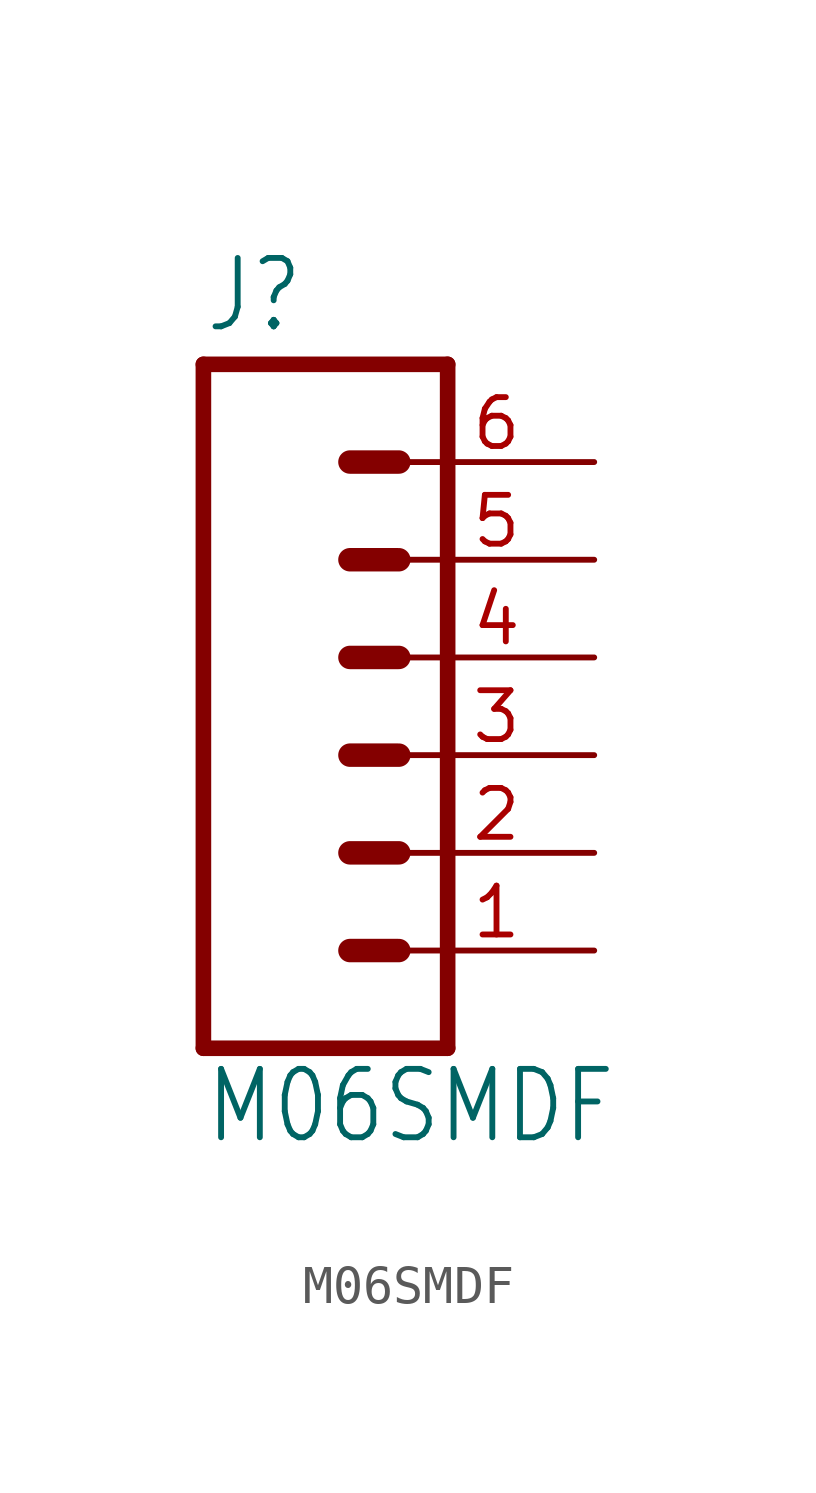
<source format=kicad_sym>
(kicad_symbol_lib
  (version 20220914)
  (generator kicad_symbol_editor)
  (symbol "M06SMDF"
    (property "Reference" "J"
      (at -5.08 10.922 0)
      (effects (font (size 1.778 1.511)) (justify left bottom)))
    (property "Value" "M06SMDF"
      (at -5.08 -10.16 0)
      (effects (font (size 1.778 1.511)) (justify left bottom)))
    (property "ki_locked" ""
      (at 0 0 0)
      (effects (font (size 1.27 1.27))))
    (symbol "M06SMDF_1_0"
      (polyline (pts (xy -5.08 10.16) (xy -5.08 -7.62)) (stroke (width 0.406) (type default)) (fill (type none)))
      (polyline (pts (xy -5.08 10.16) (xy 1.27 10.16)) (stroke (width 0.406) (type default)) (fill (type none)))
      (polyline (pts (xy -1.27 -5.08) (xy 0 -5.08)) (stroke (width 0.61) (type default)) (fill (type none)))
      (polyline (pts (xy -1.27 -2.54) (xy 0 -2.54)) (stroke (width 0.61) (type default)) (fill (type none)))
      (polyline (pts (xy -1.27 0) (xy 0 0)) (stroke (width 0.61) (type default)) (fill (type none)))
      (polyline (pts (xy -1.27 2.54) (xy 0 2.54)) (stroke (width 0.61) (type default)) (fill (type none)))
      (polyline (pts (xy -1.27 5.08) (xy 0 5.08)) (stroke (width 0.61) (type default)) (fill (type none)))
      (polyline (pts (xy -1.27 7.62) (xy 0 7.62)) (stroke (width 0.61) (type default)) (fill (type none)))
      (polyline (pts (xy 1.27 -7.62) (xy -5.08 -7.62)) (stroke (width 0.406) (type default)) (fill (type none)))
      (polyline (pts (xy 1.27 -7.62) (xy 1.27 10.16)) (stroke (width 0.406) (type default)) (fill (type none)))
      (pin passive line (at 5.08 -5.08 180) (length 5.08) (name "1" (effects (font (size 0 0)))) (number "1" (effects (font (size 1.27 1.27)))))
      (pin passive line (at 5.08 -2.54 180) (length 5.08) (name "2" (effects (font (size 0 0)))) (number "2" (effects (font (size 1.27 1.27)))))
      (pin passive line (at 5.08 0 180) (length 5.08) (name "3" (effects (font (size 0 0)))) (number "3" (effects (font (size 1.27 1.27)))))
      (pin passive line (at 5.08 2.54 180) (length 5.08) (name "4" (effects (font (size 0 0)))) (number "4" (effects (font (size 1.27 1.27)))))
      (pin passive line (at 5.08 5.08 180) (length 5.08) (name "5" (effects (font (size 0 0)))) (number "5" (effects (font (size 1.27 1.27)))))
      (pin passive line (at 5.08 7.62 180) (length 5.08) (name "6" (effects (font (size 0 0)))) (number "6" (effects (font (size 1.27 1.27))))))))
</source>
